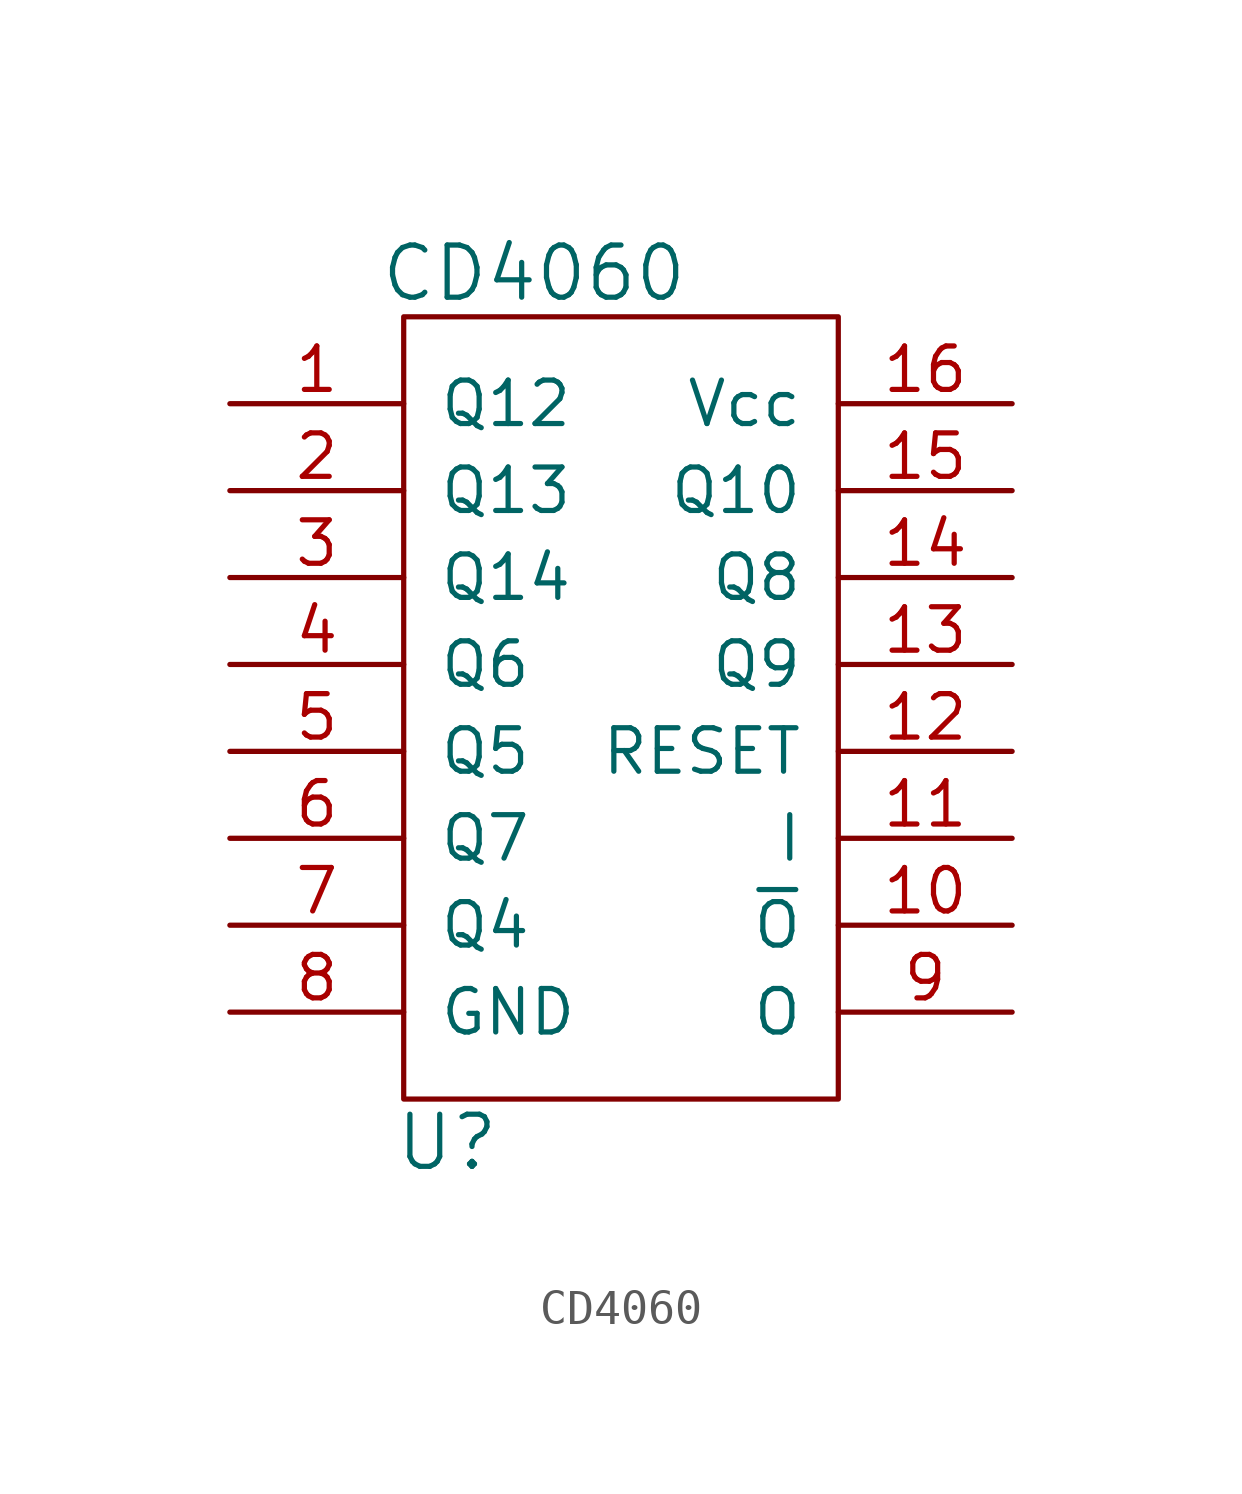
<source format=kicad_sym>
(kicad_symbol_lib
  (version 20211014)
  (generator kicad_symbol_editor)
  (symbol "CD4060"
    (pin_names
      (offset 1.016))
    (property "Reference" "U"
      (at -5.08 -15.24 0)
      (effects (font (size 1.524 1.524))))
    (property "Value" "CD4060"
      (at -2.54 10.16 0)
      (effects (font (size 1.524 1.524))))
    (property "Footprint" ""
      (at 1.27 0 0)
      (effects (font (size 1.524 1.524))))
    (property "Datasheet" ""
      (at 1.27 0 0)
      (effects (font (size 1.524 1.524))))
    (symbol "CD4060_0_1"
      (rectangle (start -6.35 8.89) (end 6.35 -13.97) (stroke (width 0) (type default) (color 0 0 0 0)) (fill (type none))))
    (symbol "CD4060_1_1"
      (pin output line (at -11.43 6.35 0) (length 5.08) (name "Q12" (effects (font (size 1.27 1.27)))) (number "1" (effects (font (size 1.27 1.27)))))
      (pin output line (at 11.43 -8.89 180) (length 5.08) (name "~{O}" (effects (font (size 1.27 1.27)))) (number "10" (effects (font (size 1.27 1.27)))))
      (pin input line (at 11.43 -6.35 180) (length 5.08) (name "I" (effects (font (size 1.27 1.27)))) (number "11" (effects (font (size 1.27 1.27)))))
      (pin input line (at 11.43 -3.81 180) (length 5.08) (name "RESET" (effects (font (size 1.27 1.27)))) (number "12" (effects (font (size 1.27 1.27)))))
      (pin output line (at 11.43 -1.27 180) (length 5.08) (name "Q9" (effects (font (size 1.27 1.27)))) (number "13" (effects (font (size 1.27 1.27)))))
      (pin output line (at 11.43 1.27 180) (length 5.08) (name "Q8" (effects (font (size 1.27 1.27)))) (number "14" (effects (font (size 1.27 1.27)))))
      (pin output line (at 11.43 3.81 180) (length 5.08) (name "Q10" (effects (font (size 1.27 1.27)))) (number "15" (effects (font (size 1.27 1.27)))))
      (pin power_in line (at 11.43 6.35 180) (length 5.08) (name "Vcc" (effects (font (size 1.27 1.27)))) (number "16" (effects (font (size 1.27 1.27)))))
      (pin output line (at -11.43 3.81 0) (length 5.08) (name "Q13" (effects (font (size 1.27 1.27)))) (number "2" (effects (font (size 1.27 1.27)))))
      (pin output line (at -11.43 1.27 0) (length 5.08) (name "Q14" (effects (font (size 1.27 1.27)))) (number "3" (effects (font (size 1.27 1.27)))))
      (pin output line (at -11.43 -1.27 0) (length 5.08) (name "Q6" (effects (font (size 1.27 1.27)))) (number "4" (effects (font (size 1.27 1.27)))))
      (pin output line (at -11.43 -3.81 0) (length 5.08) (name "Q5" (effects (font (size 1.27 1.27)))) (number "5" (effects (font (size 1.27 1.27)))))
      (pin output line (at -11.43 -6.35 0) (length 5.08) (name "Q7" (effects (font (size 1.27 1.27)))) (number "6" (effects (font (size 1.27 1.27)))))
      (pin output line (at -11.43 -8.89 0) (length 5.08) (name "Q4" (effects (font (size 1.27 1.27)))) (number "7" (effects (font (size 1.27 1.27)))))
      (pin power_in line (at -11.43 -11.43 0) (length 5.08) (name "GND" (effects (font (size 1.27 1.27)))) (number "8" (effects (font (size 1.27 1.27)))))
      (pin output line (at 11.43 -11.43 180) (length 5.08) (name "O" (effects (font (size 1.27 1.27)))) (number "9" (effects (font (size 1.27 1.27))))))))
</source>
